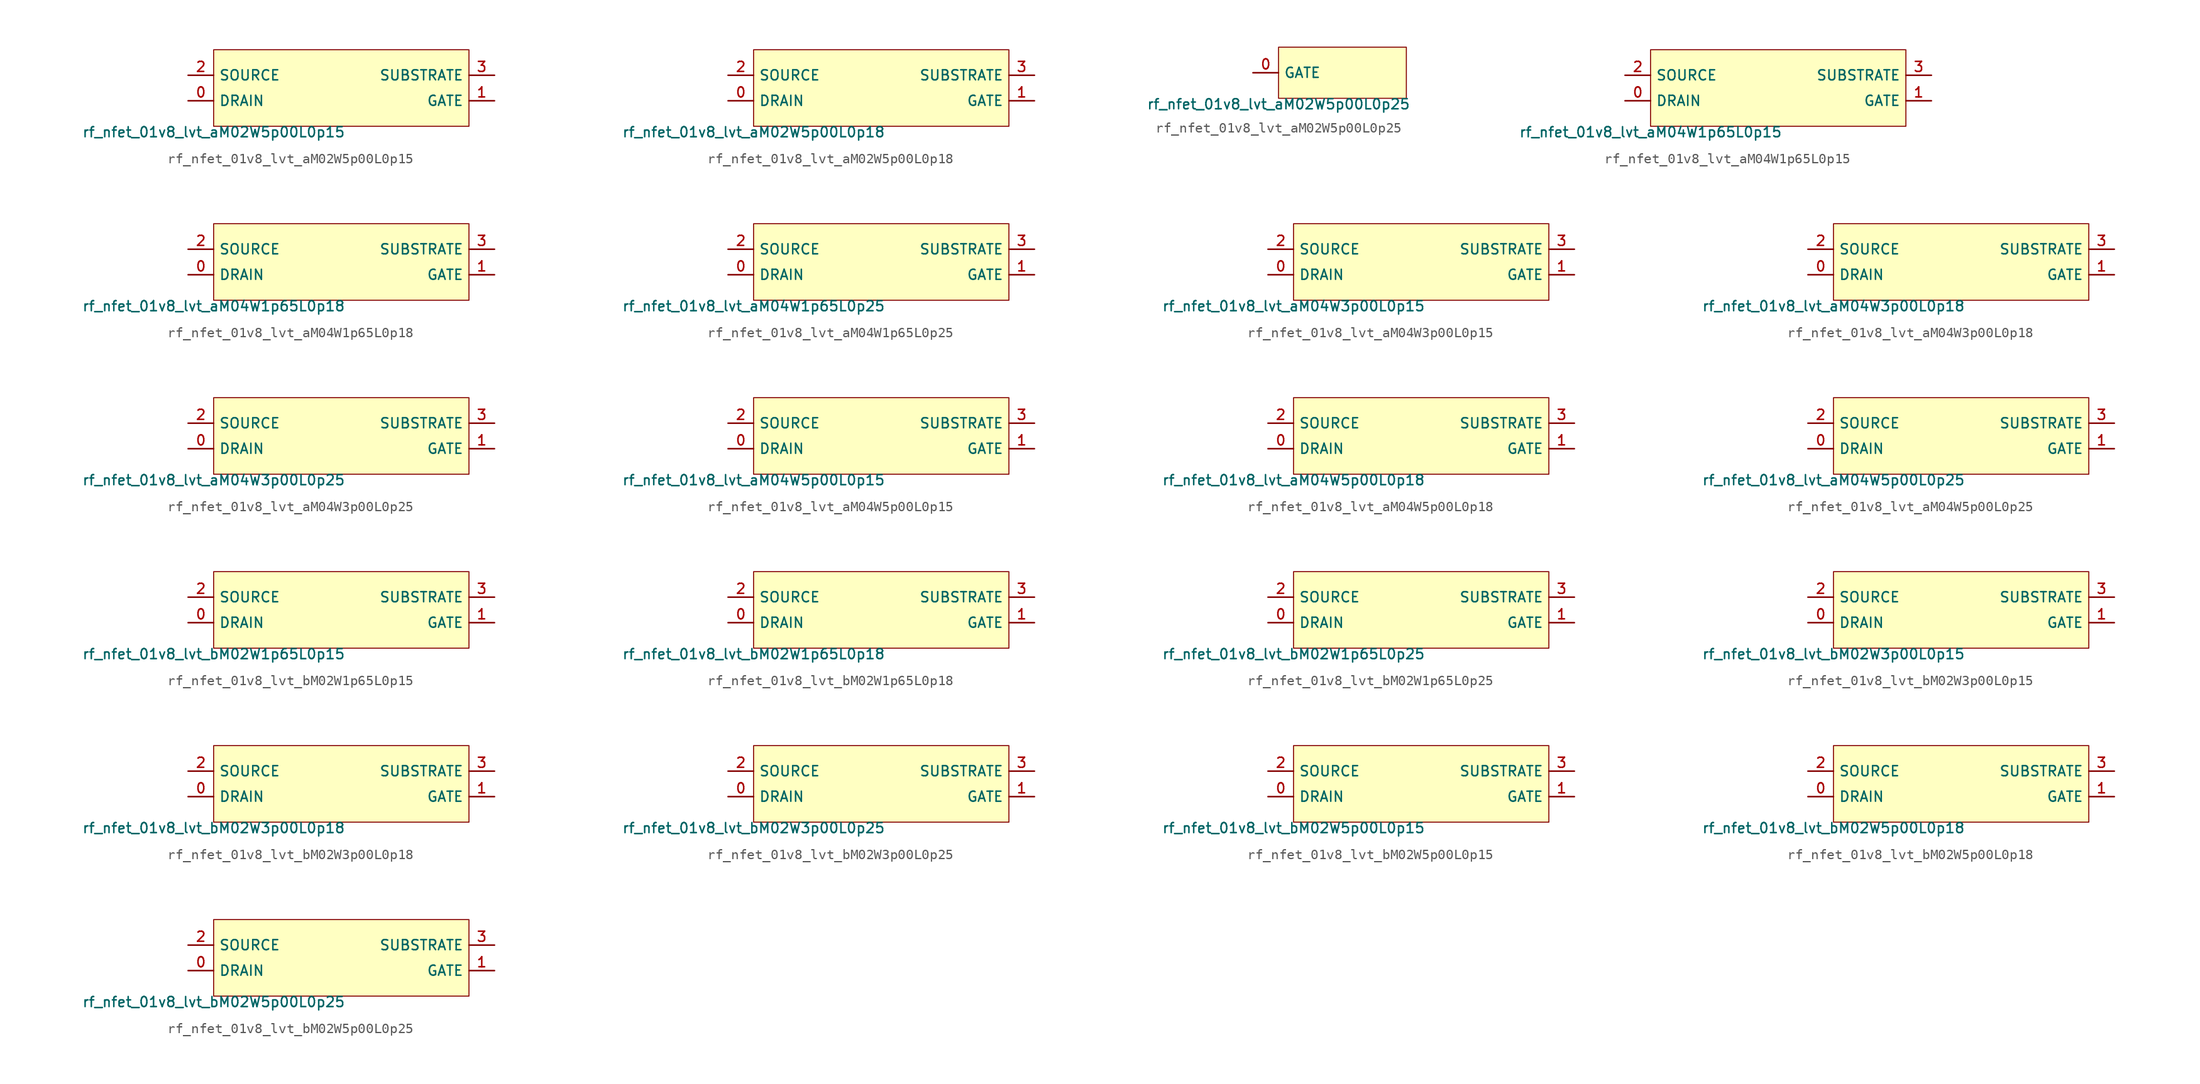
<source format=kicad_sym>
(kicad_symbol_lib
  (version 20211014)
  (generator pdk2kicad)
  (symbol "rf_nfet_01v8_lvt_aM02W5p00L0p15"
    (property "Reference" "X"
      (at 0 0 0)
      (effects (font (size 1 1)) hide))
    (property "Value" "rf_nfet_01v8_lvt_aM02W5p00L0p15"
      (at -12.7 -3.81 0)
      (effects (font (size 1 1)) (justify top)))
    (rectangle
      (start -12.7 -3.81)
      (end 12.7 3.81)
      (stroke (width 0.1) (type solid) (color 0 0 0 0))
      (fill (type background)))
    (pin bidirectional line
      (at -15.24 -1.27 0)
      (length 2.54)
      (name "DRAIN" (effects (font (size 1 1)) hide))
      (number "0" (effects (font (size 1 1)) hide)))
    (pin bidirectional line
      (at 15.24 -1.27 180)
      (length 2.54)
      (name "GATE" (effects (font (size 1 1)) hide))
      (number "1" (effects (font (size 1 1)) hide)))
    (pin bidirectional line
      (at -15.24 1.27 0)
      (length 2.54)
      (name "SOURCE" (effects (font (size 1 1)) hide))
      (number "2" (effects (font (size 1 1)) hide)))
    (pin bidirectional line
      (at 15.24 1.27 180)
      (length 2.54)
      (name "SUBSTRATE" (effects (font (size 1 1)) hide))
      (number "3" (effects (font (size 1 1)) hide))))
  (symbol "rf_nfet_01v8_lvt_aM02W5p00L0p18"
    (property "Reference" "X"
      (at 0 0 0)
      (effects (font (size 1 1)) hide))
    (property "Value" "rf_nfet_01v8_lvt_aM02W5p00L0p18"
      (at -12.7 -3.81 0)
      (effects (font (size 1 1)) (justify top)))
    (rectangle
      (start -12.7 -3.81)
      (end 12.7 3.81)
      (stroke (width 0.1) (type solid) (color 0 0 0 0))
      (fill (type background)))
    (pin bidirectional line
      (at -15.24 -1.27 0)
      (length 2.54)
      (name "DRAIN" (effects (font (size 1 1)) hide))
      (number "0" (effects (font (size 1 1)) hide)))
    (pin bidirectional line
      (at 15.24 -1.27 180)
      (length 2.54)
      (name "GATE" (effects (font (size 1 1)) hide))
      (number "1" (effects (font (size 1 1)) hide)))
    (pin bidirectional line
      (at -15.24 1.27 0)
      (length 2.54)
      (name "SOURCE" (effects (font (size 1 1)) hide))
      (number "2" (effects (font (size 1 1)) hide)))
    (pin bidirectional line
      (at 15.24 1.27 180)
      (length 2.54)
      (name "SUBSTRATE" (effects (font (size 1 1)) hide))
      (number "3" (effects (font (size 1 1)) hide))))
  (symbol "rf_nfet_01v8_lvt_aM02W5p00L0p25"
    (property "Reference" "X"
      (at 0 0 0)
      (effects (font (size 1 1)) hide))
    (property "Value" "rf_nfet_01v8_lvt_aM02W5p00L0p25"
      (at -6.35 -2.54 0)
      (effects (font (size 1 1)) (justify top)))
    (rectangle
      (start -6.35 -2.54)
      (end 6.35 2.54)
      (stroke (width 0.1) (type solid) (color 0 0 0 0))
      (fill (type background)))
    (pin bidirectional line
      (at -8.89 0.0 0)
      (length 2.54)
      (name "GATE" (effects (font (size 1 1)) hide))
      (number "0" (effects (font (size 1 1)) hide))))
  (symbol "rf_nfet_01v8_lvt_aM04W1p65L0p15"
    (property "Reference" "X"
      (at 0 0 0)
      (effects (font (size 1 1)) hide))
    (property "Value" "rf_nfet_01v8_lvt_aM04W1p65L0p15"
      (at -12.7 -3.81 0)
      (effects (font (size 1 1)) (justify top)))
    (rectangle
      (start -12.7 -3.81)
      (end 12.7 3.81)
      (stroke (width 0.1) (type solid) (color 0 0 0 0))
      (fill (type background)))
    (pin bidirectional line
      (at -15.24 -1.27 0)
      (length 2.54)
      (name "DRAIN" (effects (font (size 1 1)) hide))
      (number "0" (effects (font (size 1 1)) hide)))
    (pin bidirectional line
      (at 15.24 -1.27 180)
      (length 2.54)
      (name "GATE" (effects (font (size 1 1)) hide))
      (number "1" (effects (font (size 1 1)) hide)))
    (pin bidirectional line
      (at -15.24 1.27 0)
      (length 2.54)
      (name "SOURCE" (effects (font (size 1 1)) hide))
      (number "2" (effects (font (size 1 1)) hide)))
    (pin bidirectional line
      (at 15.24 1.27 180)
      (length 2.54)
      (name "SUBSTRATE" (effects (font (size 1 1)) hide))
      (number "3" (effects (font (size 1 1)) hide))))
  (symbol "rf_nfet_01v8_lvt_aM04W1p65L0p18"
    (property "Reference" "X"
      (at 0 0 0)
      (effects (font (size 1 1)) hide))
    (property "Value" "rf_nfet_01v8_lvt_aM04W1p65L0p18"
      (at -12.7 -3.81 0)
      (effects (font (size 1 1)) (justify top)))
    (rectangle
      (start -12.7 -3.81)
      (end 12.7 3.81)
      (stroke (width 0.1) (type solid) (color 0 0 0 0))
      (fill (type background)))
    (pin bidirectional line
      (at -15.24 -1.27 0)
      (length 2.54)
      (name "DRAIN" (effects (font (size 1 1)) hide))
      (number "0" (effects (font (size 1 1)) hide)))
    (pin bidirectional line
      (at 15.24 -1.27 180)
      (length 2.54)
      (name "GATE" (effects (font (size 1 1)) hide))
      (number "1" (effects (font (size 1 1)) hide)))
    (pin bidirectional line
      (at -15.24 1.27 0)
      (length 2.54)
      (name "SOURCE" (effects (font (size 1 1)) hide))
      (number "2" (effects (font (size 1 1)) hide)))
    (pin bidirectional line
      (at 15.24 1.27 180)
      (length 2.54)
      (name "SUBSTRATE" (effects (font (size 1 1)) hide))
      (number "3" (effects (font (size 1 1)) hide))))
  (symbol "rf_nfet_01v8_lvt_aM04W1p65L0p25"
    (property "Reference" "X"
      (at 0 0 0)
      (effects (font (size 1 1)) hide))
    (property "Value" "rf_nfet_01v8_lvt_aM04W1p65L0p25"
      (at -12.7 -3.81 0)
      (effects (font (size 1 1)) (justify top)))
    (rectangle
      (start -12.7 -3.81)
      (end 12.7 3.81)
      (stroke (width 0.1) (type solid) (color 0 0 0 0))
      (fill (type background)))
    (pin bidirectional line
      (at -15.24 -1.27 0)
      (length 2.54)
      (name "DRAIN" (effects (font (size 1 1)) hide))
      (number "0" (effects (font (size 1 1)) hide)))
    (pin bidirectional line
      (at 15.24 -1.27 180)
      (length 2.54)
      (name "GATE" (effects (font (size 1 1)) hide))
      (number "1" (effects (font (size 1 1)) hide)))
    (pin bidirectional line
      (at -15.24 1.27 0)
      (length 2.54)
      (name "SOURCE" (effects (font (size 1 1)) hide))
      (number "2" (effects (font (size 1 1)) hide)))
    (pin bidirectional line
      (at 15.24 1.27 180)
      (length 2.54)
      (name "SUBSTRATE" (effects (font (size 1 1)) hide))
      (number "3" (effects (font (size 1 1)) hide))))
  (symbol "rf_nfet_01v8_lvt_aM04W3p00L0p15"
    (property "Reference" "X"
      (at 0 0 0)
      (effects (font (size 1 1)) hide))
    (property "Value" "rf_nfet_01v8_lvt_aM04W3p00L0p15"
      (at -12.7 -3.81 0)
      (effects (font (size 1 1)) (justify top)))
    (rectangle
      (start -12.7 -3.81)
      (end 12.7 3.81)
      (stroke (width 0.1) (type solid) (color 0 0 0 0))
      (fill (type background)))
    (pin bidirectional line
      (at -15.24 -1.27 0)
      (length 2.54)
      (name "DRAIN" (effects (font (size 1 1)) hide))
      (number "0" (effects (font (size 1 1)) hide)))
    (pin bidirectional line
      (at 15.24 -1.27 180)
      (length 2.54)
      (name "GATE" (effects (font (size 1 1)) hide))
      (number "1" (effects (font (size 1 1)) hide)))
    (pin bidirectional line
      (at -15.24 1.27 0)
      (length 2.54)
      (name "SOURCE" (effects (font (size 1 1)) hide))
      (number "2" (effects (font (size 1 1)) hide)))
    (pin bidirectional line
      (at 15.24 1.27 180)
      (length 2.54)
      (name "SUBSTRATE" (effects (font (size 1 1)) hide))
      (number "3" (effects (font (size 1 1)) hide))))
  (symbol "rf_nfet_01v8_lvt_aM04W3p00L0p18"
    (property "Reference" "X"
      (at 0 0 0)
      (effects (font (size 1 1)) hide))
    (property "Value" "rf_nfet_01v8_lvt_aM04W3p00L0p18"
      (at -12.7 -3.81 0)
      (effects (font (size 1 1)) (justify top)))
    (rectangle
      (start -12.7 -3.81)
      (end 12.7 3.81)
      (stroke (width 0.1) (type solid) (color 0 0 0 0))
      (fill (type background)))
    (pin bidirectional line
      (at -15.24 -1.27 0)
      (length 2.54)
      (name "DRAIN" (effects (font (size 1 1)) hide))
      (number "0" (effects (font (size 1 1)) hide)))
    (pin bidirectional line
      (at 15.24 -1.27 180)
      (length 2.54)
      (name "GATE" (effects (font (size 1 1)) hide))
      (number "1" (effects (font (size 1 1)) hide)))
    (pin bidirectional line
      (at -15.24 1.27 0)
      (length 2.54)
      (name "SOURCE" (effects (font (size 1 1)) hide))
      (number "2" (effects (font (size 1 1)) hide)))
    (pin bidirectional line
      (at 15.24 1.27 180)
      (length 2.54)
      (name "SUBSTRATE" (effects (font (size 1 1)) hide))
      (number "3" (effects (font (size 1 1)) hide))))
  (symbol "rf_nfet_01v8_lvt_aM04W3p00L0p25"
    (property "Reference" "X"
      (at 0 0 0)
      (effects (font (size 1 1)) hide))
    (property "Value" "rf_nfet_01v8_lvt_aM04W3p00L0p25"
      (at -12.7 -3.81 0)
      (effects (font (size 1 1)) (justify top)))
    (rectangle
      (start -12.7 -3.81)
      (end 12.7 3.81)
      (stroke (width 0.1) (type solid) (color 0 0 0 0))
      (fill (type background)))
    (pin bidirectional line
      (at -15.24 -1.27 0)
      (length 2.54)
      (name "DRAIN" (effects (font (size 1 1)) hide))
      (number "0" (effects (font (size 1 1)) hide)))
    (pin bidirectional line
      (at 15.24 -1.27 180)
      (length 2.54)
      (name "GATE" (effects (font (size 1 1)) hide))
      (number "1" (effects (font (size 1 1)) hide)))
    (pin bidirectional line
      (at -15.24 1.27 0)
      (length 2.54)
      (name "SOURCE" (effects (font (size 1 1)) hide))
      (number "2" (effects (font (size 1 1)) hide)))
    (pin bidirectional line
      (at 15.24 1.27 180)
      (length 2.54)
      (name "SUBSTRATE" (effects (font (size 1 1)) hide))
      (number "3" (effects (font (size 1 1)) hide))))
  (symbol "rf_nfet_01v8_lvt_aM04W5p00L0p15"
    (property "Reference" "X"
      (at 0 0 0)
      (effects (font (size 1 1)) hide))
    (property "Value" "rf_nfet_01v8_lvt_aM04W5p00L0p15"
      (at -12.7 -3.81 0)
      (effects (font (size 1 1)) (justify top)))
    (rectangle
      (start -12.7 -3.81)
      (end 12.7 3.81)
      (stroke (width 0.1) (type solid) (color 0 0 0 0))
      (fill (type background)))
    (pin bidirectional line
      (at -15.24 -1.27 0)
      (length 2.54)
      (name "DRAIN" (effects (font (size 1 1)) hide))
      (number "0" (effects (font (size 1 1)) hide)))
    (pin bidirectional line
      (at 15.24 -1.27 180)
      (length 2.54)
      (name "GATE" (effects (font (size 1 1)) hide))
      (number "1" (effects (font (size 1 1)) hide)))
    (pin bidirectional line
      (at -15.24 1.27 0)
      (length 2.54)
      (name "SOURCE" (effects (font (size 1 1)) hide))
      (number "2" (effects (font (size 1 1)) hide)))
    (pin bidirectional line
      (at 15.24 1.27 180)
      (length 2.54)
      (name "SUBSTRATE" (effects (font (size 1 1)) hide))
      (number "3" (effects (font (size 1 1)) hide))))
  (symbol "rf_nfet_01v8_lvt_aM04W5p00L0p18"
    (property "Reference" "X"
      (at 0 0 0)
      (effects (font (size 1 1)) hide))
    (property "Value" "rf_nfet_01v8_lvt_aM04W5p00L0p18"
      (at -12.7 -3.81 0)
      (effects (font (size 1 1)) (justify top)))
    (rectangle
      (start -12.7 -3.81)
      (end 12.7 3.81)
      (stroke (width 0.1) (type solid) (color 0 0 0 0))
      (fill (type background)))
    (pin bidirectional line
      (at -15.24 -1.27 0)
      (length 2.54)
      (name "DRAIN" (effects (font (size 1 1)) hide))
      (number "0" (effects (font (size 1 1)) hide)))
    (pin bidirectional line
      (at 15.24 -1.27 180)
      (length 2.54)
      (name "GATE" (effects (font (size 1 1)) hide))
      (number "1" (effects (font (size 1 1)) hide)))
    (pin bidirectional line
      (at -15.24 1.27 0)
      (length 2.54)
      (name "SOURCE" (effects (font (size 1 1)) hide))
      (number "2" (effects (font (size 1 1)) hide)))
    (pin bidirectional line
      (at 15.24 1.27 180)
      (length 2.54)
      (name "SUBSTRATE" (effects (font (size 1 1)) hide))
      (number "3" (effects (font (size 1 1)) hide))))
  (symbol "rf_nfet_01v8_lvt_aM04W5p00L0p25"
    (property "Reference" "X"
      (at 0 0 0)
      (effects (font (size 1 1)) hide))
    (property "Value" "rf_nfet_01v8_lvt_aM04W5p00L0p25"
      (at -12.7 -3.81 0)
      (effects (font (size 1 1)) (justify top)))
    (rectangle
      (start -12.7 -3.81)
      (end 12.7 3.81)
      (stroke (width 0.1) (type solid) (color 0 0 0 0))
      (fill (type background)))
    (pin bidirectional line
      (at -15.24 -1.27 0)
      (length 2.54)
      (name "DRAIN" (effects (font (size 1 1)) hide))
      (number "0" (effects (font (size 1 1)) hide)))
    (pin bidirectional line
      (at 15.24 -1.27 180)
      (length 2.54)
      (name "GATE" (effects (font (size 1 1)) hide))
      (number "1" (effects (font (size 1 1)) hide)))
    (pin bidirectional line
      (at -15.24 1.27 0)
      (length 2.54)
      (name "SOURCE" (effects (font (size 1 1)) hide))
      (number "2" (effects (font (size 1 1)) hide)))
    (pin bidirectional line
      (at 15.24 1.27 180)
      (length 2.54)
      (name "SUBSTRATE" (effects (font (size 1 1)) hide))
      (number "3" (effects (font (size 1 1)) hide))))
  (symbol "rf_nfet_01v8_lvt_bM02W1p65L0p15"
    (property "Reference" "X"
      (at 0 0 0)
      (effects (font (size 1 1)) hide))
    (property "Value" "rf_nfet_01v8_lvt_bM02W1p65L0p15"
      (at -12.7 -3.81 0)
      (effects (font (size 1 1)) (justify top)))
    (rectangle
      (start -12.7 -3.81)
      (end 12.7 3.81)
      (stroke (width 0.1) (type solid) (color 0 0 0 0))
      (fill (type background)))
    (pin bidirectional line
      (at -15.24 -1.27 0)
      (length 2.54)
      (name "DRAIN" (effects (font (size 1 1)) hide))
      (number "0" (effects (font (size 1 1)) hide)))
    (pin bidirectional line
      (at 15.24 -1.27 180)
      (length 2.54)
      (name "GATE" (effects (font (size 1 1)) hide))
      (number "1" (effects (font (size 1 1)) hide)))
    (pin bidirectional line
      (at -15.24 1.27 0)
      (length 2.54)
      (name "SOURCE" (effects (font (size 1 1)) hide))
      (number "2" (effects (font (size 1 1)) hide)))
    (pin bidirectional line
      (at 15.24 1.27 180)
      (length 2.54)
      (name "SUBSTRATE" (effects (font (size 1 1)) hide))
      (number "3" (effects (font (size 1 1)) hide))))
  (symbol "rf_nfet_01v8_lvt_bM02W1p65L0p18"
    (property "Reference" "X"
      (at 0 0 0)
      (effects (font (size 1 1)) hide))
    (property "Value" "rf_nfet_01v8_lvt_bM02W1p65L0p18"
      (at -12.7 -3.81 0)
      (effects (font (size 1 1)) (justify top)))
    (rectangle
      (start -12.7 -3.81)
      (end 12.7 3.81)
      (stroke (width 0.1) (type solid) (color 0 0 0 0))
      (fill (type background)))
    (pin bidirectional line
      (at -15.24 -1.27 0)
      (length 2.54)
      (name "DRAIN" (effects (font (size 1 1)) hide))
      (number "0" (effects (font (size 1 1)) hide)))
    (pin bidirectional line
      (at 15.24 -1.27 180)
      (length 2.54)
      (name "GATE" (effects (font (size 1 1)) hide))
      (number "1" (effects (font (size 1 1)) hide)))
    (pin bidirectional line
      (at -15.24 1.27 0)
      (length 2.54)
      (name "SOURCE" (effects (font (size 1 1)) hide))
      (number "2" (effects (font (size 1 1)) hide)))
    (pin bidirectional line
      (at 15.24 1.27 180)
      (length 2.54)
      (name "SUBSTRATE" (effects (font (size 1 1)) hide))
      (number "3" (effects (font (size 1 1)) hide))))
  (symbol "rf_nfet_01v8_lvt_bM02W1p65L0p25"
    (property "Reference" "X"
      (at 0 0 0)
      (effects (font (size 1 1)) hide))
    (property "Value" "rf_nfet_01v8_lvt_bM02W1p65L0p25"
      (at -12.7 -3.81 0)
      (effects (font (size 1 1)) (justify top)))
    (rectangle
      (start -12.7 -3.81)
      (end 12.7 3.81)
      (stroke (width 0.1) (type solid) (color 0 0 0 0))
      (fill (type background)))
    (pin bidirectional line
      (at -15.24 -1.27 0)
      (length 2.54)
      (name "DRAIN" (effects (font (size 1 1)) hide))
      (number "0" (effects (font (size 1 1)) hide)))
    (pin bidirectional line
      (at 15.24 -1.27 180)
      (length 2.54)
      (name "GATE" (effects (font (size 1 1)) hide))
      (number "1" (effects (font (size 1 1)) hide)))
    (pin bidirectional line
      (at -15.24 1.27 0)
      (length 2.54)
      (name "SOURCE" (effects (font (size 1 1)) hide))
      (number "2" (effects (font (size 1 1)) hide)))
    (pin bidirectional line
      (at 15.24 1.27 180)
      (length 2.54)
      (name "SUBSTRATE" (effects (font (size 1 1)) hide))
      (number "3" (effects (font (size 1 1)) hide))))
  (symbol "rf_nfet_01v8_lvt_bM02W3p00L0p15"
    (property "Reference" "X"
      (at 0 0 0)
      (effects (font (size 1 1)) hide))
    (property "Value" "rf_nfet_01v8_lvt_bM02W3p00L0p15"
      (at -12.7 -3.81 0)
      (effects (font (size 1 1)) (justify top)))
    (rectangle
      (start -12.7 -3.81)
      (end 12.7 3.81)
      (stroke (width 0.1) (type solid) (color 0 0 0 0))
      (fill (type background)))
    (pin bidirectional line
      (at -15.24 -1.27 0)
      (length 2.54)
      (name "DRAIN" (effects (font (size 1 1)) hide))
      (number "0" (effects (font (size 1 1)) hide)))
    (pin bidirectional line
      (at 15.24 -1.27 180)
      (length 2.54)
      (name "GATE" (effects (font (size 1 1)) hide))
      (number "1" (effects (font (size 1 1)) hide)))
    (pin bidirectional line
      (at -15.24 1.27 0)
      (length 2.54)
      (name "SOURCE" (effects (font (size 1 1)) hide))
      (number "2" (effects (font (size 1 1)) hide)))
    (pin bidirectional line
      (at 15.24 1.27 180)
      (length 2.54)
      (name "SUBSTRATE" (effects (font (size 1 1)) hide))
      (number "3" (effects (font (size 1 1)) hide))))
  (symbol "rf_nfet_01v8_lvt_bM02W3p00L0p18"
    (property "Reference" "X"
      (at 0 0 0)
      (effects (font (size 1 1)) hide))
    (property "Value" "rf_nfet_01v8_lvt_bM02W3p00L0p18"
      (at -12.7 -3.81 0)
      (effects (font (size 1 1)) (justify top)))
    (rectangle
      (start -12.7 -3.81)
      (end 12.7 3.81)
      (stroke (width 0.1) (type solid) (color 0 0 0 0))
      (fill (type background)))
    (pin bidirectional line
      (at -15.24 -1.27 0)
      (length 2.54)
      (name "DRAIN" (effects (font (size 1 1)) hide))
      (number "0" (effects (font (size 1 1)) hide)))
    (pin bidirectional line
      (at 15.24 -1.27 180)
      (length 2.54)
      (name "GATE" (effects (font (size 1 1)) hide))
      (number "1" (effects (font (size 1 1)) hide)))
    (pin bidirectional line
      (at -15.24 1.27 0)
      (length 2.54)
      (name "SOURCE" (effects (font (size 1 1)) hide))
      (number "2" (effects (font (size 1 1)) hide)))
    (pin bidirectional line
      (at 15.24 1.27 180)
      (length 2.54)
      (name "SUBSTRATE" (effects (font (size 1 1)) hide))
      (number "3" (effects (font (size 1 1)) hide))))
  (symbol "rf_nfet_01v8_lvt_bM02W3p00L0p25"
    (property "Reference" "X"
      (at 0 0 0)
      (effects (font (size 1 1)) hide))
    (property "Value" "rf_nfet_01v8_lvt_bM02W3p00L0p25"
      (at -12.7 -3.81 0)
      (effects (font (size 1 1)) (justify top)))
    (rectangle
      (start -12.7 -3.81)
      (end 12.7 3.81)
      (stroke (width 0.1) (type solid) (color 0 0 0 0))
      (fill (type background)))
    (pin bidirectional line
      (at -15.24 -1.27 0)
      (length 2.54)
      (name "DRAIN" (effects (font (size 1 1)) hide))
      (number "0" (effects (font (size 1 1)) hide)))
    (pin bidirectional line
      (at 15.24 -1.27 180)
      (length 2.54)
      (name "GATE" (effects (font (size 1 1)) hide))
      (number "1" (effects (font (size 1 1)) hide)))
    (pin bidirectional line
      (at -15.24 1.27 0)
      (length 2.54)
      (name "SOURCE" (effects (font (size 1 1)) hide))
      (number "2" (effects (font (size 1 1)) hide)))
    (pin bidirectional line
      (at 15.24 1.27 180)
      (length 2.54)
      (name "SUBSTRATE" (effects (font (size 1 1)) hide))
      (number "3" (effects (font (size 1 1)) hide))))
  (symbol "rf_nfet_01v8_lvt_bM02W5p00L0p15"
    (property "Reference" "X"
      (at 0 0 0)
      (effects (font (size 1 1)) hide))
    (property "Value" "rf_nfet_01v8_lvt_bM02W5p00L0p15"
      (at -12.7 -3.81 0)
      (effects (font (size 1 1)) (justify top)))
    (rectangle
      (start -12.7 -3.81)
      (end 12.7 3.81)
      (stroke (width 0.1) (type solid) (color 0 0 0 0))
      (fill (type background)))
    (pin bidirectional line
      (at -15.24 -1.27 0)
      (length 2.54)
      (name "DRAIN" (effects (font (size 1 1)) hide))
      (number "0" (effects (font (size 1 1)) hide)))
    (pin bidirectional line
      (at 15.24 -1.27 180)
      (length 2.54)
      (name "GATE" (effects (font (size 1 1)) hide))
      (number "1" (effects (font (size 1 1)) hide)))
    (pin bidirectional line
      (at -15.24 1.27 0)
      (length 2.54)
      (name "SOURCE" (effects (font (size 1 1)) hide))
      (number "2" (effects (font (size 1 1)) hide)))
    (pin bidirectional line
      (at 15.24 1.27 180)
      (length 2.54)
      (name "SUBSTRATE" (effects (font (size 1 1)) hide))
      (number "3" (effects (font (size 1 1)) hide))))
  (symbol "rf_nfet_01v8_lvt_bM02W5p00L0p18"
    (property "Reference" "X"
      (at 0 0 0)
      (effects (font (size 1 1)) hide))
    (property "Value" "rf_nfet_01v8_lvt_bM02W5p00L0p18"
      (at -12.7 -3.81 0)
      (effects (font (size 1 1)) (justify top)))
    (rectangle
      (start -12.7 -3.81)
      (end 12.7 3.81)
      (stroke (width 0.1) (type solid) (color 0 0 0 0))
      (fill (type background)))
    (pin bidirectional line
      (at -15.24 -1.27 0)
      (length 2.54)
      (name "DRAIN" (effects (font (size 1 1)) hide))
      (number "0" (effects (font (size 1 1)) hide)))
    (pin bidirectional line
      (at 15.24 -1.27 180)
      (length 2.54)
      (name "GATE" (effects (font (size 1 1)) hide))
      (number "1" (effects (font (size 1 1)) hide)))
    (pin bidirectional line
      (at -15.24 1.27 0)
      (length 2.54)
      (name "SOURCE" (effects (font (size 1 1)) hide))
      (number "2" (effects (font (size 1 1)) hide)))
    (pin bidirectional line
      (at 15.24 1.27 180)
      (length 2.54)
      (name "SUBSTRATE" (effects (font (size 1 1)) hide))
      (number "3" (effects (font (size 1 1)) hide))))
  (symbol "rf_nfet_01v8_lvt_bM02W5p00L0p25"
    (property "Reference" "X"
      (at 0 0 0)
      (effects (font (size 1 1)) hide))
    (property "Value" "rf_nfet_01v8_lvt_bM02W5p00L0p25"
      (at -12.7 -3.81 0)
      (effects (font (size 1 1)) (justify top)))
    (rectangle
      (start -12.7 -3.81)
      (end 12.7 3.81)
      (stroke (width 0.1) (type solid) (color 0 0 0 0))
      (fill (type background)))
    (pin bidirectional line
      (at -15.24 -1.27 0)
      (length 2.54)
      (name "DRAIN" (effects (font (size 1 1)) hide))
      (number "0" (effects (font (size 1 1)) hide)))
    (pin bidirectional line
      (at 15.24 -1.27 180)
      (length 2.54)
      (name "GATE" (effects (font (size 1 1)) hide))
      (number "1" (effects (font (size 1 1)) hide)))
    (pin bidirectional line
      (at -15.24 1.27 0)
      (length 2.54)
      (name "SOURCE" (effects (font (size 1 1)) hide))
      (number "2" (effects (font (size 1 1)) hide)))
    (pin bidirectional line
      (at 15.24 1.27 180)
      (length 2.54)
      (name "SUBSTRATE" (effects (font (size 1 1)) hide))
      (number "3" (effects (font (size 1 1)) hide)))))
</source>
